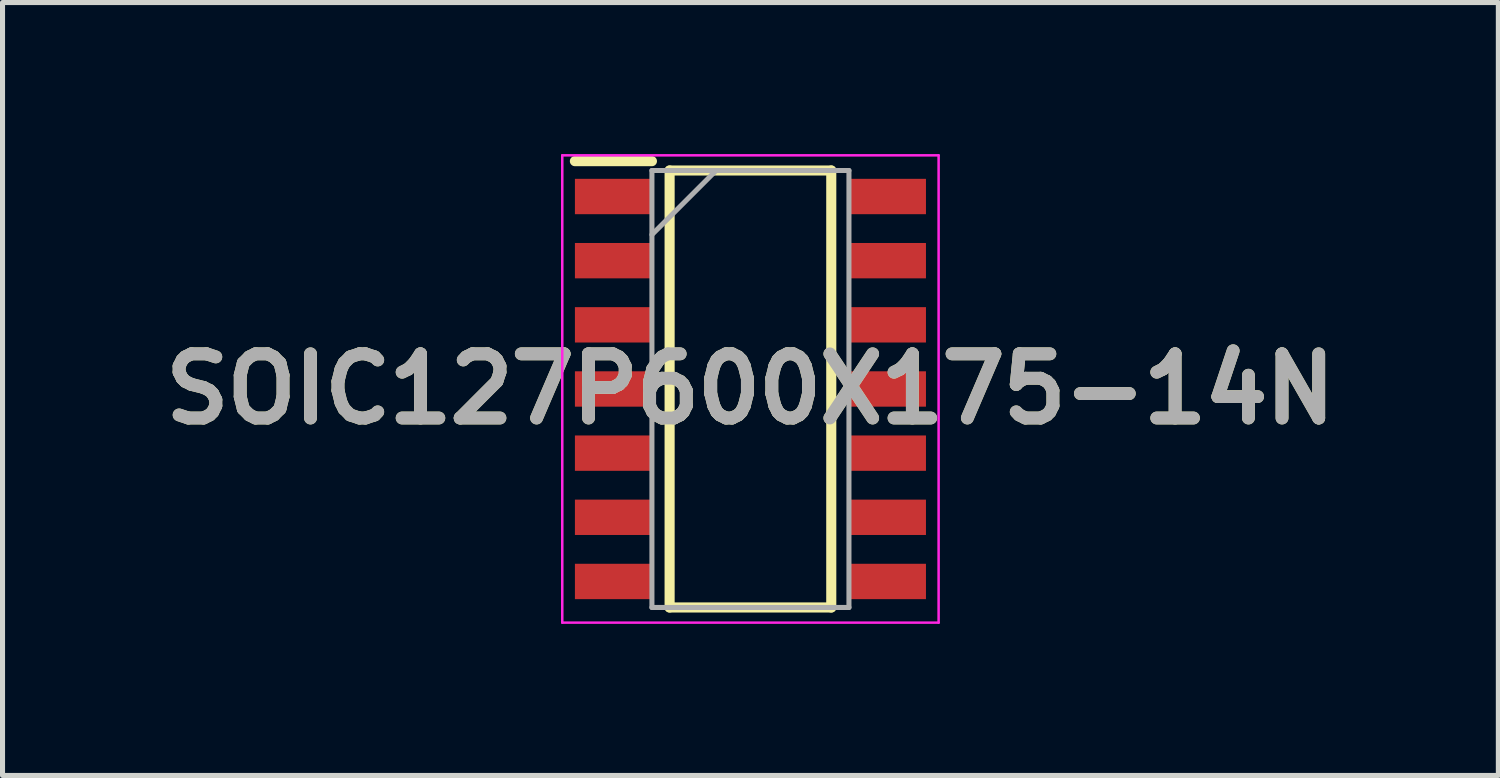
<source format=kicad_pcb>
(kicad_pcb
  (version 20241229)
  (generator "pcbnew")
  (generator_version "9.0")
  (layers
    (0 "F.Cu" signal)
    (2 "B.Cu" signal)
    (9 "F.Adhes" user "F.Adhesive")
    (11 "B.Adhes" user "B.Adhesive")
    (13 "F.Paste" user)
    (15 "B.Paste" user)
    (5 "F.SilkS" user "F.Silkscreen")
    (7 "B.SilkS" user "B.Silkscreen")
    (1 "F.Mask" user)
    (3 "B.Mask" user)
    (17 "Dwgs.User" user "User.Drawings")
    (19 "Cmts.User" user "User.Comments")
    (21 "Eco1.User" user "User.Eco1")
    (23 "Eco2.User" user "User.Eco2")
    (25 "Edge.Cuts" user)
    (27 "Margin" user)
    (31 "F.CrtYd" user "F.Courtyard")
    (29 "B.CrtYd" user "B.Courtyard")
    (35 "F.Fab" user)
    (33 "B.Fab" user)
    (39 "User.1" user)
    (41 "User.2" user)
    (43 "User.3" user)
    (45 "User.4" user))
  (footprint "SOIC127P600X175-14N"
    (layer "F.Cu")
    (at 11.805 4.65)
    (property "Reference" "SOIC127P600X175-14N" (at 0 0 0) (layer "F.SilkS") (effects (font (size 1.27 1.27) (thickness 0.254))))
    (attr smd)
    (fp_line (start -3.475 -4.51) (end -1.95 -4.51) (stroke (width 0.2) (type solid)) (layer "F.SilkS"))
    (fp_line (start -1.6 -4.325) (end 1.6 -4.325) (stroke (width 0.2) (type solid)) (layer "F.SilkS"))
    (fp_line (start -1.6 4.325) (end -1.6 -4.325) (stroke (width 0.2) (type solid)) (layer "F.SilkS"))
    (fp_line (start 1.6 -4.325) (end 1.6 4.325) (stroke (width 0.2) (type solid)) (layer "F.SilkS"))
    (fp_line (start 1.6 4.325) (end -1.6 4.325) (stroke (width 0.2) (type solid)) (layer "F.SilkS"))
    (fp_line (start -3.725 -4.625) (end 3.725 -4.625) (stroke (width 0.05) (type solid)) (layer "F.CrtYd"))
    (fp_line (start -3.725 4.625) (end -3.725 -4.625) (stroke (width 0.05) (type solid)) (layer "F.CrtYd"))
    (fp_line (start 3.725 -4.625) (end 3.725 4.625) (stroke (width 0.05) (type solid)) (layer "F.CrtYd"))
    (fp_line (start 3.725 4.625) (end -3.725 4.625) (stroke (width 0.05) (type solid)) (layer "F.CrtYd"))
    (fp_line (start -1.95 -4.325) (end 1.95 -4.325) (stroke (width 0.1) (type solid)) (layer "F.Fab"))
    (fp_line (start -1.95 -3.055) (end -0.68 -4.325) (stroke (width 0.1) (type solid)) (layer "F.Fab"))
    (fp_line (start -1.95 4.325) (end -1.95 -4.325) (stroke (width 0.1) (type solid)) (layer "F.Fab"))
    (fp_line (start 1.95 -4.325) (end 1.95 4.325) (stroke (width 0.1) (type solid)) (layer "F.Fab"))
    (fp_line (start 1.95 4.325) (end -1.95 4.325) (stroke (width 0.1) (type solid)) (layer "F.Fab"))
    (fp_text user "${REFERENCE}" (at 0 0 0) (layer "F.Fab") (effects (font (size 1.27 1.27) (thickness 0.254))))
    (pad "1" smd rect (at -2.712 -3.81 90) (size 0.7 1.525) (layers "F.Cu" "F.Mask" "F.Paste"))
    (pad "2" smd rect (at -2.712 -2.54 90) (size 0.7 1.525) (layers "F.Cu" "F.Mask" "F.Paste"))
    (pad "3" smd rect (at -2.712 -1.27 90) (size 0.7 1.525) (layers "F.Cu" "F.Mask" "F.Paste"))
    (pad "4" smd rect (at -2.712 0 90) (size 0.7 1.525) (layers "F.Cu" "F.Mask" "F.Paste"))
    (pad "5" smd rect (at -2.712 1.27 90) (size 0.7 1.525) (layers "F.Cu" "F.Mask" "F.Paste"))
    (pad "6" smd rect (at -2.712 2.54 90) (size 0.7 1.525) (layers "F.Cu" "F.Mask" "F.Paste"))
    (pad "7" smd rect (at -2.712 3.81 90) (size 0.7 1.525) (layers "F.Cu" "F.Mask" "F.Paste"))
    (pad "8" smd rect (at 2.712 3.81 90) (size 0.7 1.525) (layers "F.Cu" "F.Mask" "F.Paste"))
    (pad "9" smd rect (at 2.712 2.54 90) (size 0.7 1.525) (layers "F.Cu" "F.Mask" "F.Paste"))
    (pad "10" smd rect (at 2.712 1.27 90) (size 0.7 1.525) (layers "F.Cu" "F.Mask" "F.Paste"))
    (pad "11" smd rect (at 2.712 0 90) (size 0.7 1.525) (layers "F.Cu" "F.Mask" "F.Paste"))
    (pad "12" smd rect (at 2.712 -1.27 90) (size 0.7 1.525) (layers "F.Cu" "F.Mask" "F.Paste"))
    (pad "13" smd rect (at 2.712 -2.54 90) (size 0.7 1.525) (layers "F.Cu" "F.Mask" "F.Paste"))
    (pad "14" smd rect (at 2.712 -3.81 90) (size 0.7 1.525) (layers "F.Cu" "F.Mask" "F.Paste")))
  (gr_rect
    (start -3 -3)
    (end 26.61 12.3)
    (stroke (width 0.1) (type default))
    (fill no)
    (layer "Edge.Cuts")))
</source>
